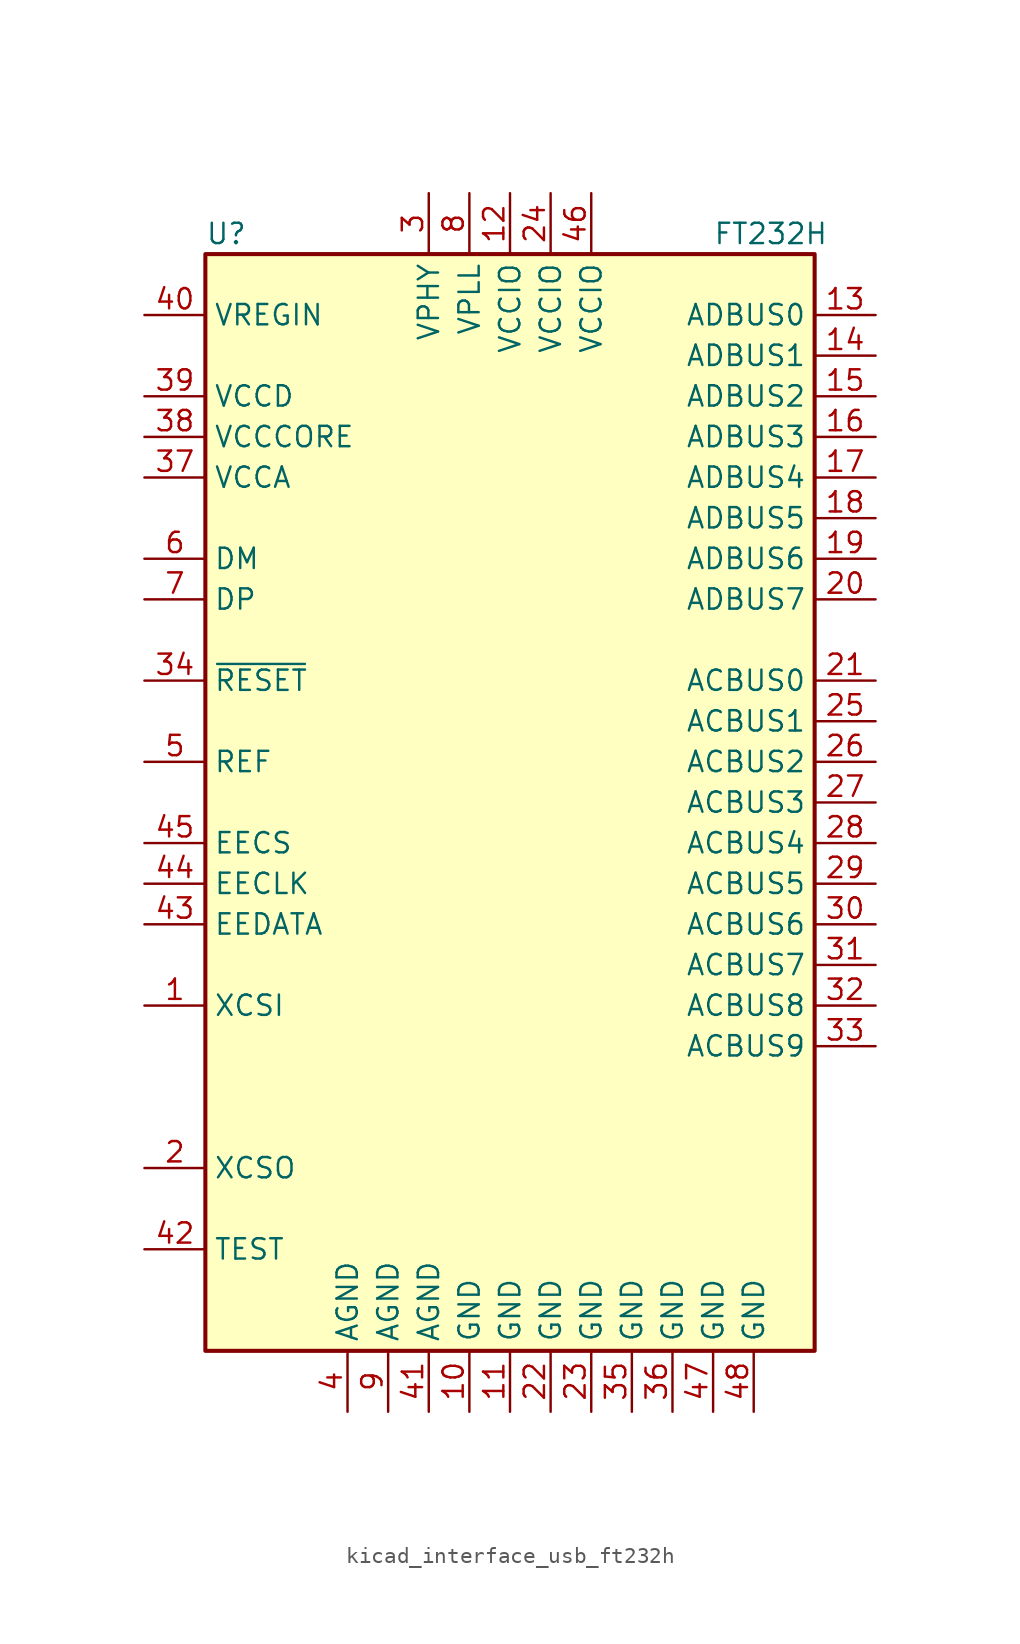
<source format=kicad_sym>
(kicad_symbol_lib
  (version 20220914)
  (generator kicad_symbol_editor)
  (symbol "kicad_interface_usb_ft232h"
    (property "Reference" "U"
      (at -19.05 35.56 0)
      (effects (font (size 1.27 1.27)) (justify left)))
    (property "Value" "FT232H"
      (at 12.7 35.56 0)
      (effects (font (size 1.27 1.27)) (justify left)))
    (symbol "kicad_interface_usb_ft232h_0_1"
      (rectangle (start -19.05 34.29) (end 19.05 -34.29) (stroke (width 0.254) (type default)) (fill (type background))))
    (symbol "kicad_interface_usb_ft232h_1_1"
      (pin input line (at -22.86 -12.7 0) (length 3.81) (name "XCSI" (effects (font (size 1.27 1.27)))) (number "1" (effects (font (size 1.27 1.27)))))
      (pin power_in line (at -2.54 -38.1 90) (length 3.81) (name "GND" (effects (font (size 1.27 1.27)))) (number "10" (effects (font (size 1.27 1.27)))))
      (pin power_in line (at 0 -38.1 90) (length 3.81) (name "GND" (effects (font (size 1.27 1.27)))) (number "11" (effects (font (size 1.27 1.27)))))
      (pin power_in line (at 0 38.1 270) (length 3.81) (name "VCCIO" (effects (font (size 1.27 1.27)))) (number "12" (effects (font (size 1.27 1.27)))))
      (pin bidirectional line (at 22.86 30.48 180) (length 3.81) (name "ADBUS0" (effects (font (size 1.27 1.27)))) (number "13" (effects (font (size 1.27 1.27)))))
      (pin bidirectional line (at 22.86 27.94 180) (length 3.81) (name "ADBUS1" (effects (font (size 1.27 1.27)))) (number "14" (effects (font (size 1.27 1.27)))))
      (pin bidirectional line (at 22.86 25.4 180) (length 3.81) (name "ADBUS2" (effects (font (size 1.27 1.27)))) (number "15" (effects (font (size 1.27 1.27)))))
      (pin bidirectional line (at 22.86 22.86 180) (length 3.81) (name "ADBUS3" (effects (font (size 1.27 1.27)))) (number "16" (effects (font (size 1.27 1.27)))))
      (pin bidirectional line (at 22.86 20.32 180) (length 3.81) (name "ADBUS4" (effects (font (size 1.27 1.27)))) (number "17" (effects (font (size 1.27 1.27)))))
      (pin bidirectional line (at 22.86 17.78 180) (length 3.81) (name "ADBUS5" (effects (font (size 1.27 1.27)))) (number "18" (effects (font (size 1.27 1.27)))))
      (pin bidirectional line (at 22.86 15.24 180) (length 3.81) (name "ADBUS6" (effects (font (size 1.27 1.27)))) (number "19" (effects (font (size 1.27 1.27)))))
      (pin output line (at -22.86 -22.86 0) (length 3.81) (name "XCSO" (effects (font (size 1.27 1.27)))) (number "2" (effects (font (size 1.27 1.27)))))
      (pin bidirectional line (at 22.86 12.7 180) (length 3.81) (name "ADBUS7" (effects (font (size 1.27 1.27)))) (number "20" (effects (font (size 1.27 1.27)))))
      (pin bidirectional line (at 22.86 7.62 180) (length 3.81) (name "ACBUS0" (effects (font (size 1.27 1.27)))) (number "21" (effects (font (size 1.27 1.27)))))
      (pin power_in line (at 2.54 -38.1 90) (length 3.81) (name "GND" (effects (font (size 1.27 1.27)))) (number "22" (effects (font (size 1.27 1.27)))))
      (pin power_in line (at 5.08 -38.1 90) (length 3.81) (name "GND" (effects (font (size 1.27 1.27)))) (number "23" (effects (font (size 1.27 1.27)))))
      (pin power_in line (at 2.54 38.1 270) (length 3.81) (name "VCCIO" (effects (font (size 1.27 1.27)))) (number "24" (effects (font (size 1.27 1.27)))))
      (pin bidirectional line (at 22.86 5.08 180) (length 3.81) (name "ACBUS1" (effects (font (size 1.27 1.27)))) (number "25" (effects (font (size 1.27 1.27)))))
      (pin bidirectional line (at 22.86 2.54 180) (length 3.81) (name "ACBUS2" (effects (font (size 1.27 1.27)))) (number "26" (effects (font (size 1.27 1.27)))))
      (pin bidirectional line (at 22.86 0 180) (length 3.81) (name "ACBUS3" (effects (font (size 1.27 1.27)))) (number "27" (effects (font (size 1.27 1.27)))))
      (pin bidirectional line (at 22.86 -2.54 180) (length 3.81) (name "ACBUS4" (effects (font (size 1.27 1.27)))) (number "28" (effects (font (size 1.27 1.27)))))
      (pin bidirectional line (at 22.86 -5.08 180) (length 3.81) (name "ACBUS5" (effects (font (size 1.27 1.27)))) (number "29" (effects (font (size 1.27 1.27)))))
      (pin power_in line (at -5.08 38.1 270) (length 3.81) (name "VPHY" (effects (font (size 1.27 1.27)))) (number "3" (effects (font (size 1.27 1.27)))))
      (pin bidirectional line (at 22.86 -7.62 180) (length 3.81) (name "ACBUS6" (effects (font (size 1.27 1.27)))) (number "30" (effects (font (size 1.27 1.27)))))
      (pin bidirectional line (at 22.86 -10.16 180) (length 3.81) (name "ACBUS7" (effects (font (size 1.27 1.27)))) (number "31" (effects (font (size 1.27 1.27)))))
      (pin bidirectional line (at 22.86 -12.7 180) (length 3.81) (name "ACBUS8" (effects (font (size 1.27 1.27)))) (number "32" (effects (font (size 1.27 1.27)))))
      (pin bidirectional line (at 22.86 -15.24 180) (length 3.81) (name "ACBUS9" (effects (font (size 1.27 1.27)))) (number "33" (effects (font (size 1.27 1.27)))))
      (pin input line (at -22.86 7.62 0) (length 3.81) (name "~{RESET}" (effects (font (size 1.27 1.27)))) (number "34" (effects (font (size 1.27 1.27)))))
      (pin power_in line (at 7.62 -38.1 90) (length 3.81) (name "GND" (effects (font (size 1.27 1.27)))) (number "35" (effects (font (size 1.27 1.27)))))
      (pin power_in line (at 10.16 -38.1 90) (length 3.81) (name "GND" (effects (font (size 1.27 1.27)))) (number "36" (effects (font (size 1.27 1.27)))))
      (pin power_out line (at -22.86 20.32 0) (length 3.81) (name "VCCA" (effects (font (size 1.27 1.27)))) (number "37" (effects (font (size 1.27 1.27)))))
      (pin power_out line (at -22.86 22.86 0) (length 3.81) (name "VCCCORE" (effects (font (size 1.27 1.27)))) (number "38" (effects (font (size 1.27 1.27)))))
      (pin power_in line (at -22.86 25.4 0) (length 3.81) (name "VCCD" (effects (font (size 1.27 1.27)))) (number "39" (effects (font (size 1.27 1.27)))))
      (pin power_in line (at -10.16 -38.1 90) (length 3.81) (name "AGND" (effects (font (size 1.27 1.27)))) (number "4" (effects (font (size 1.27 1.27)))))
      (pin power_in line (at -22.86 30.48 0) (length 3.81) (name "VREGIN" (effects (font (size 1.27 1.27)))) (number "40" (effects (font (size 1.27 1.27)))))
      (pin power_in line (at -5.08 -38.1 90) (length 3.81) (name "AGND" (effects (font (size 1.27 1.27)))) (number "41" (effects (font (size 1.27 1.27)))))
      (pin input line (at -22.86 -27.94 0) (length 3.81) (name "TEST" (effects (font (size 1.27 1.27)))) (number "42" (effects (font (size 1.27 1.27)))))
      (pin bidirectional line (at -22.86 -7.62 0) (length 3.81) (name "EEDATA" (effects (font (size 1.27 1.27)))) (number "43" (effects (font (size 1.27 1.27)))))
      (pin input line (at -22.86 -5.08 0) (length 3.81) (name "EECLK" (effects (font (size 1.27 1.27)))) (number "44" (effects (font (size 1.27 1.27)))))
      (pin input line (at -22.86 -2.54 0) (length 3.81) (name "EECS" (effects (font (size 1.27 1.27)))) (number "45" (effects (font (size 1.27 1.27)))))
      (pin power_in line (at 5.08 38.1 270) (length 3.81) (name "VCCIO" (effects (font (size 1.27 1.27)))) (number "46" (effects (font (size 1.27 1.27)))))
      (pin power_in line (at 12.7 -38.1 90) (length 3.81) (name "GND" (effects (font (size 1.27 1.27)))) (number "47" (effects (font (size 1.27 1.27)))))
      (pin power_in line (at 15.24 -38.1 90) (length 3.81) (name "GND" (effects (font (size 1.27 1.27)))) (number "48" (effects (font (size 1.27 1.27)))))
      (pin input line (at -22.86 2.54 0) (length 3.81) (name "REF" (effects (font (size 1.27 1.27)))) (number "5" (effects (font (size 1.27 1.27)))))
      (pin bidirectional line (at -22.86 15.24 0) (length 3.81) (name "DM" (effects (font (size 1.27 1.27)))) (number "6" (effects (font (size 1.27 1.27)))))
      (pin bidirectional line (at -22.86 12.7 0) (length 3.81) (name "DP" (effects (font (size 1.27 1.27)))) (number "7" (effects (font (size 1.27 1.27)))))
      (pin power_in line (at -2.54 38.1 270) (length 3.81) (name "VPLL" (effects (font (size 1.27 1.27)))) (number "8" (effects (font (size 1.27 1.27)))))
      (pin power_in line (at -7.62 -38.1 90) (length 3.81) (name "AGND" (effects (font (size 1.27 1.27)))) (number "9" (effects (font (size 1.27 1.27))))))))
</source>
